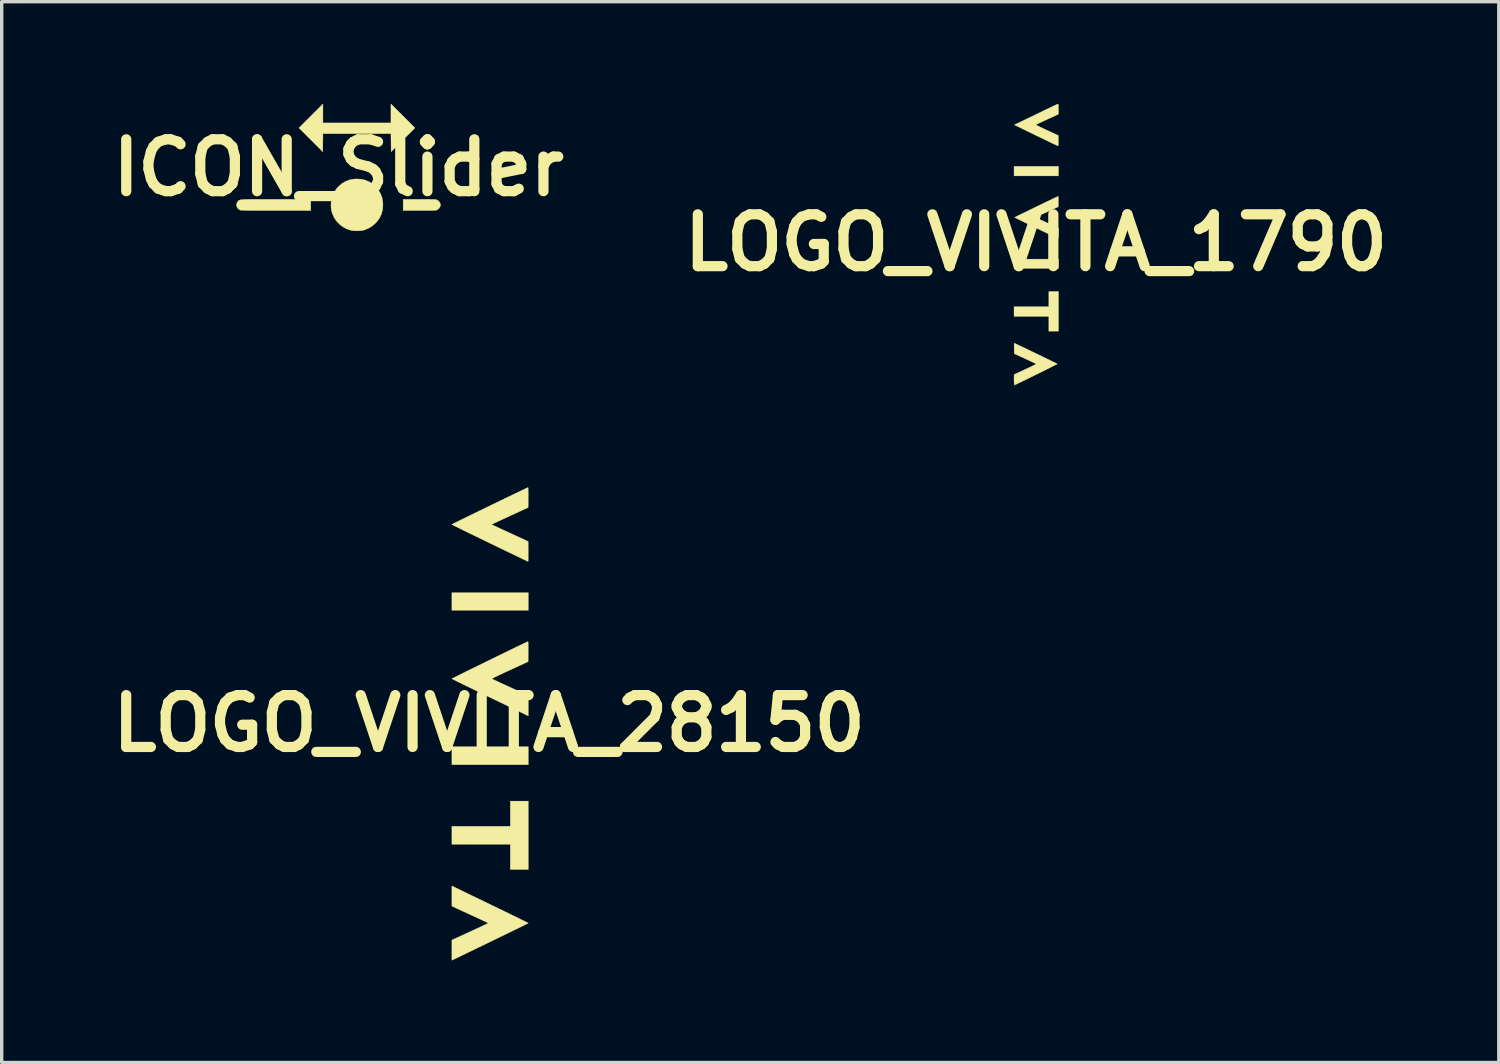
<source format=kicad_pcb>
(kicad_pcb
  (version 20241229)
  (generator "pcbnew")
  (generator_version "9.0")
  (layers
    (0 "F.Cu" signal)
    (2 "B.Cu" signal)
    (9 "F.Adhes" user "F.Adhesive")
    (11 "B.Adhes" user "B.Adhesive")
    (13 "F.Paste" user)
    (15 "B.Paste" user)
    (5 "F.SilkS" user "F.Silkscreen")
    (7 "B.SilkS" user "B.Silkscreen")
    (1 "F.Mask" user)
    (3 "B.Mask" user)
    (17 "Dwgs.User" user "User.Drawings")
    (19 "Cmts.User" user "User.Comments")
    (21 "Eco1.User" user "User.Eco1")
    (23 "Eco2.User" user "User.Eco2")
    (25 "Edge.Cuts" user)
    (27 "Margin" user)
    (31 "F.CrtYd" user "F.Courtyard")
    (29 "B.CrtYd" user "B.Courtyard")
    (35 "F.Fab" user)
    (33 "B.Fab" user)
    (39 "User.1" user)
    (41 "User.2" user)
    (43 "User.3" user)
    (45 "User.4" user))
  (footprint "LOGO_VIVITA_1790"
    (layer "F.Cu")
    (at 27.406 4.085)
    (property "Reference" "LOGO_VIVITA_1790" (at 0 0 0) (layer "F.SilkS") (effects (font (size 1.524 1.524) (thickness 0.3))))
    (attr through_hole)
    (fp_poly (pts (xy 0.659 -1.964) (xy -0.647 -1.964) (xy -0.647 -2.246) (xy 0.659 -2.246) (xy 0.659 -1.964)) (stroke (width 0.01) (type solid)) (fill yes) (layer "F.SilkS"))
    (fp_poly (pts (xy 0.659 0.753) (xy -0.647 0.753) (xy -0.647 0.482) (xy 0.659 0.482) (xy 0.659 0.753)) (stroke (width 0.01) (type solid)) (fill yes) (layer "F.SilkS"))
    (fp_poly (pts (xy 0.659 2.599) (xy 0.376 2.599) (xy 0.376 2.164) (xy -0.647 2.164) (xy -0.647 1.881) (xy 0.376 1.881) (xy 0.376 1.435) (xy 0.659 1.435) (xy 0.659 2.599)) (stroke (width 0.01) (type solid)) (fill yes) (layer "F.SilkS"))
    (fp_poly (pts (xy 0.652 -4.069) (xy 0.655 -4.039) (xy 0.657 -3.994) (xy 0.658 -3.939) (xy 0.659 -3.929) (xy 0.659 -3.778) (xy 0.332 -3.628) (xy 0.251 -3.59) (xy 0.176 -3.555) (xy 0.111 -3.525) (xy 0.058 -3.499) (xy 0.02 -3.481) (xy -0.001 -3.471) (xy -0.004 -3.469) (xy 0.004 -3.462) (xy 0.031 -3.447) (xy 0.075 -3.425) (xy 0.132 -3.396) (xy 0.201 -3.363) (xy 0.279 -3.326) (xy 0.32 -3.307) (xy 0.653 -3.153) (xy 0.656 -3) (xy 0.657 -2.934) (xy 0.656 -2.889) (xy 0.653 -2.862) (xy 0.649 -2.849) (xy 0.644 -2.847) (xy 0.631 -2.852) (xy 0.599 -2.867) (xy 0.549 -2.89) (xy 0.485 -2.92) (xy 0.407 -2.957) (xy 0.318 -3) (xy 0.22 -3.048) (xy 0.114 -3.099) (xy 0.053 -3.128) (xy -0.057 -3.182) (xy -0.163 -3.233) (xy -0.262 -3.281) (xy -0.351 -3.325) (xy -0.429 -3.363) (xy -0.493 -3.394) (xy -0.542 -3.418) (xy -0.573 -3.433) (xy -0.58 -3.436) (xy -0.638 -3.464) (xy -0.000085 -3.772) (xy 0.114 -3.827) (xy 0.222 -3.88) (xy 0.322 -3.927) (xy 0.412 -3.971) (xy 0.491 -4.008) (xy 0.555 -4.038) (xy 0.604 -4.061) (xy 0.636 -4.075) (xy 0.648 -4.08) (xy 0.648 -4.08) (xy 0.652 -4.069)) (stroke (width 0.01) (type solid)) (fill yes) (layer "F.SilkS"))
    (fp_poly (pts (xy -0.629 2.957) (xy -0.598 2.971) (xy -0.551 2.993) (xy -0.49 3.022) (xy -0.416 3.057) (xy -0.332 3.097) (xy -0.241 3.141) (xy -0.145 3.188) (xy -0.045 3.236) (xy 0.056 3.284) (xy 0.155 3.332) (xy 0.25 3.378) (xy 0.34 3.421) (xy 0.421 3.461) (xy 0.492 3.496) (xy 0.55 3.524) (xy 0.593 3.545) (xy 0.619 3.559) (xy 0.626 3.562) (xy 0.617 3.568) (xy 0.589 3.583) (xy 0.544 3.606) (xy 0.484 3.636) (xy 0.413 3.672) (xy 0.331 3.713) (xy 0.241 3.758) (xy 0.146 3.805) (xy 0.048 3.854) (xy -0.052 3.903) (xy -0.151 3.951) (xy -0.247 3.998) (xy -0.337 4.042) (xy -0.42 4.082) (xy -0.493 4.117) (xy -0.553 4.146) (xy -0.6 4.168) (xy -0.629 4.181) (xy -0.637 4.184) (xy -0.64 4.175) (xy -0.643 4.146) (xy -0.646 4.102) (xy -0.647 4.047) (xy -0.647 4.031) (xy -0.646 3.875) (xy -0.317 3.723) (xy -0.236 3.685) (xy -0.162 3.65) (xy -0.099 3.62) (xy -0.049 3.594) (xy -0.015 3.575) (xy 0.002 3.564) (xy 0.004 3.562) (xy -0.009 3.555) (xy -0.041 3.54) (xy -0.088 3.517) (xy -0.148 3.489) (xy -0.219 3.455) (xy -0.298 3.419) (xy -0.323 3.407) (xy -0.641 3.261) (xy -0.644 3.106) (xy -0.645 3.049) (xy -0.645 3.001) (xy -0.643 2.968) (xy -0.641 2.952) (xy -0.64 2.952) (xy -0.629 2.957)) (stroke (width 0.01) (type solid)) (fill yes) (layer "F.SilkS"))
    (fp_poly (pts (xy 0.653 -1.353) (xy 0.655 -1.323) (xy 0.656 -1.278) (xy 0.656 -1.222) (xy 0.656 -1.21) (xy 0.653 -1.057) (xy 0.32 -0.903) (xy 0.238 -0.865) (xy 0.165 -0.83) (xy 0.101 -0.799) (xy 0.051 -0.773) (xy 0.016 -0.754) (xy -0.002 -0.743) (xy -0.004 -0.74) (xy 0.009 -0.733) (xy 0.041 -0.718) (xy 0.088 -0.695) (xy 0.149 -0.667) (xy 0.22 -0.634) (xy 0.299 -0.597) (xy 0.332 -0.582) (xy 0.659 -0.432) (xy 0.659 -0.28) (xy 0.658 -0.214) (xy 0.656 -0.169) (xy 0.652 -0.142) (xy 0.647 -0.131) (xy 0.644 -0.13) (xy 0.631 -0.135) (xy 0.599 -0.15) (xy 0.549 -0.173) (xy 0.484 -0.203) (xy 0.405 -0.241) (xy 0.315 -0.284) (xy 0.215 -0.332) (xy 0.107 -0.384) (xy 0.001 -0.435) (xy -0.112 -0.49) (xy -0.219 -0.542) (xy -0.317 -0.59) (xy -0.406 -0.633) (xy -0.482 -0.671) (xy -0.544 -0.701) (xy -0.591 -0.724) (xy -0.62 -0.739) (xy -0.63 -0.744) (xy -0.621 -0.749) (xy -0.592 -0.764) (xy -0.547 -0.787) (xy -0.487 -0.816) (xy -0.415 -0.852) (xy -0.332 -0.892) (xy -0.242 -0.936) (xy -0.146 -0.983) (xy -0.047 -1.031) (xy 0.054 -1.08) (xy 0.154 -1.128) (xy 0.25 -1.175) (xy 0.341 -1.218) (xy 0.425 -1.258) (xy 0.498 -1.294) (xy 0.56 -1.323) (xy 0.607 -1.345) (xy 0.638 -1.359) (xy 0.65 -1.364) (xy 0.65 -1.364) (xy 0.653 -1.353)) (stroke (width 0.01) (type solid)) (fill yes) (layer "F.SilkS")))
  (footprint "LOGO_VIVITA_28150"
    (layer "F.Cu")
    (at 11.328 18.218)
    (property "Reference" "LOGO_VIVITA_28150" (at 0 0 0) (layer "F.SilkS") (effects (font (size 1.524 1.524) (thickness 0.3))))
    (attr through_hole)
    (fp_poly (pts (xy 1.152 -3.328) (xy -1.094 -3.328) (xy -1.094 -3.845) (xy 1.152 -3.845) (xy 1.152 -3.328)) (stroke (width 0.01) (type solid)) (fill yes) (layer "F.SilkS"))
    (fp_poly (pts (xy 1.152 1.211) (xy -1.094 1.211) (xy -1.094 0.682) (xy 1.152 0.682) (xy 1.152 1.211)) (stroke (width 0.01) (type solid)) (fill yes) (layer "F.SilkS"))
    (fp_poly (pts (xy 1.152 4.292) (xy 0.623 4.292) (xy 0.623 3.551) (xy -1.094 3.551) (xy -1.094 3.022) (xy 0.623 3.022) (xy 0.623 2.281) (xy 1.152 2.281) (xy 1.152 4.292)) (stroke (width 0.01) (type solid)) (fill yes) (layer "F.SilkS"))
    (fp_poly (pts (xy -0.82 4.908) (xy -0.765 4.935) (xy -0.691 4.97) (xy -0.601 5.014) (xy -0.496 5.065) (xy -0.379 5.121) (xy -0.253 5.182) (xy -0.12 5.247) (xy 0.018 5.313) (xy 0.158 5.381) (xy 0.299 5.449) (xy 0.303 5.451) (xy 0.435 5.515) (xy 0.561 5.576) (xy 0.679 5.634) (xy 0.787 5.686) (xy 0.885 5.734) (xy 0.969 5.776) (xy 1.04 5.811) (xy 1.095 5.838) (xy 1.132 5.857) (xy 1.151 5.867) (xy 1.152 5.868) (xy 1.142 5.874) (xy 1.111 5.89) (xy 1.06 5.916) (xy 0.99 5.95) (xy 0.902 5.994) (xy 0.795 6.046) (xy 0.672 6.106) (xy 0.532 6.174) (xy 0.377 6.249) (xy 0.206 6.332) (xy 0.021 6.422) (xy -0.177 6.518) (xy -0.389 6.62) (xy -0.613 6.728) (xy -0.849 6.842) (xy -0.867 6.851) (xy -1.094 6.96) (xy -1.094 6.366) (xy -0.559 6.12) (xy -0.454 6.072) (xy -0.356 6.026) (xy -0.267 5.985) (xy -0.189 5.948) (xy -0.123 5.917) (xy -0.073 5.893) (xy -0.039 5.876) (xy -0.025 5.868) (xy -0.024 5.868) (xy -0.034 5.862) (xy -0.064 5.847) (xy -0.111 5.825) (xy -0.174 5.795) (xy -0.249 5.76) (xy -0.336 5.719) (xy -0.433 5.674) (xy -0.536 5.627) (xy -0.559 5.616) (xy -1.094 5.37) (xy -1.094 4.775) (xy -0.82 4.908)) (stroke (width 0.01) (type solid)) (fill yes) (layer "F.SilkS"))
    (fp_poly (pts (xy 1.145 -2.399) (xy 1.148 -2.366) (xy 1.149 -2.314) (xy 1.15 -2.242) (xy 1.15 -2.152) (xy 1.15 -2.115) (xy 1.147 -1.818) (xy 0.609 -1.57) (xy 0.505 -1.522) (xy 0.407 -1.476) (xy 0.319 -1.435) (xy 0.241 -1.398) (xy 0.176 -1.366) (xy 0.127 -1.342) (xy 0.094 -1.325) (xy 0.08 -1.316) (xy 0.08 -1.315) (xy 0.092 -1.309) (xy 0.123 -1.294) (xy 0.172 -1.271) (xy 0.236 -1.241) (xy 0.312 -1.205) (xy 0.4 -1.165) (xy 0.497 -1.12) (xy 0.601 -1.072) (xy 0.62 -1.063) (xy 1.152 -0.818) (xy 1.152 -0.521) (xy 1.152 -0.44) (xy 1.152 -0.368) (xy 1.152 -0.307) (xy 1.151 -0.26) (xy 1.15 -0.232) (xy 1.149 -0.224) (xy 1.139 -0.229) (xy 1.108 -0.244) (xy 1.059 -0.267) (xy 0.993 -0.299) (xy 0.912 -0.339) (xy 0.816 -0.385) (xy 0.707 -0.438) (xy 0.587 -0.496) (xy 0.457 -0.559) (xy 0.318 -0.626) (xy 0.171 -0.697) (xy 0.029 -0.766) (xy -0.123 -0.839) (xy -0.269 -0.91) (xy -0.408 -0.978) (xy -0.538 -1.041) (xy -0.658 -1.099) (xy -0.766 -1.152) (xy -0.861 -1.199) (xy -0.943 -1.239) (xy -1.008 -1.271) (xy -1.056 -1.295) (xy -1.086 -1.31) (xy -1.096 -1.315) (xy -1.087 -1.321) (xy -1.058 -1.336) (xy -1.011 -1.36) (xy -0.948 -1.391) (xy -0.87 -1.43) (xy -0.78 -1.475) (xy -0.679 -1.525) (xy -0.568 -1.579) (xy -0.449 -1.638) (xy -0.324 -1.699) (xy -0.195 -1.762) (xy -0.063 -1.827) (xy 0.07 -1.892) (xy 0.202 -1.957) (xy 0.332 -2.02) (xy 0.459 -2.081) (xy 0.579 -2.14) (xy 0.693 -2.195) (xy 0.797 -2.246) (xy 0.891 -2.291) (xy 0.973 -2.33) (xy 1.04 -2.362) (xy 1.092 -2.387) (xy 1.127 -2.402) (xy 1.142 -2.409) (xy 1.145 -2.399)) (stroke (width 0.01) (type solid)) (fill yes) (layer "F.SilkS"))
    (fp_poly (pts (xy 1.146 -6.927) (xy 1.148 -6.895) (xy 1.149 -6.846) (xy 1.15 -6.783) (xy 1.15 -6.71) (xy 1.15 -6.644) (xy 1.147 -6.349) (xy 0.608 -6.101) (xy 0.504 -6.052) (xy 0.406 -6.007) (xy 0.317 -5.965) (xy 0.238 -5.929) (xy 0.173 -5.898) (xy 0.122 -5.874) (xy 0.089 -5.857) (xy 0.074 -5.85) (xy 0.074 -5.849) (xy 0.085 -5.844) (xy 0.115 -5.829) (xy 0.163 -5.807) (xy 0.225 -5.778) (xy 0.301 -5.743) (xy 0.389 -5.702) (xy 0.485 -5.658) (xy 0.589 -5.61) (xy 0.612 -5.599) (xy 1.147 -5.352) (xy 1.15 -5.057) (xy 1.15 -4.977) (xy 1.15 -4.905) (xy 1.149 -4.844) (xy 1.148 -4.798) (xy 1.146 -4.77) (xy 1.144 -4.763) (xy 1.132 -4.768) (xy 1.101 -4.782) (xy 1.051 -4.806) (xy 0.984 -4.837) (xy 0.902 -4.877) (xy 0.806 -4.923) (xy 0.696 -4.976) (xy 0.576 -5.034) (xy 0.445 -5.097) (xy 0.306 -5.164) (xy 0.159 -5.235) (xy 0.018 -5.303) (xy -0.134 -5.377) (xy -0.28 -5.448) (xy -0.418 -5.515) (xy -0.547 -5.578) (xy -0.666 -5.636) (xy -0.774 -5.689) (xy -0.868 -5.736) (xy -0.948 -5.775) (xy -1.013 -5.807) (xy -1.06 -5.831) (xy -1.088 -5.846) (xy -1.097 -5.851) (xy -1.087 -5.857) (xy -1.056 -5.873) (xy -1.008 -5.897) (xy -0.944 -5.928) (xy -0.866 -5.967) (xy -0.775 -6.012) (xy -0.672 -6.062) (xy -0.56 -6.116) (xy -0.441 -6.175) (xy -0.315 -6.236) (xy -0.186 -6.299) (xy -0.053 -6.363) (xy 0.08 -6.428) (xy 0.213 -6.492) (xy 0.343 -6.555) (xy 0.469 -6.616) (xy 0.59 -6.674) (xy 0.703 -6.729) (xy 0.807 -6.779) (xy 0.9 -6.823) (xy 0.98 -6.862) (xy 1.046 -6.893) (xy 1.097 -6.917) (xy 1.13 -6.932) (xy 1.143 -6.938) (xy 1.143 -6.938) (xy 1.146 -6.927)) (stroke (width 0.01) (type solid)) (fill yes) (layer "F.SilkS")))
  (footprint "ICON_Slider"
    (layer "F.Cu")
    (at 6.902 1.88)
    (property "Reference" "ICON_Slider" (at 0 0 0) (layer "F.SilkS") (effects (font (size 1.524 1.524) (thickness 0.3))))
    (attr through_hole)
    (fp_poly (pts (xy 1.893 -1.523) (xy 2.246 -1.17) (xy 1.896 -0.82) (xy 1.546 -0.47) (xy 1.543 -0.735) (xy 1.54 -1) (xy -0.458 -1) (xy -0.461 -0.735) (xy -0.464 -0.47) (xy -0.814 -0.82) (xy -1.164 -1.17) (xy -0.811 -1.523) (xy -0.459 -1.875) (xy -0.459 -1.317) (xy 1.54 -1.317) (xy 1.54 -1.875) (xy 1.893 -1.523)) (stroke (width 0.01) (type solid)) (fill yes) (layer "F.SilkS"))
    (fp_poly (pts (xy 2.381 0.929) (xy 2.5 0.929) (xy 2.598 0.929) (xy 2.677 0.93) (xy 2.74 0.931) (xy 2.788 0.932) (xy 2.825 0.934) (xy 2.851 0.936) (xy 2.871 0.94) (xy 2.886 0.944) (xy 2.898 0.949) (xy 2.909 0.956) (xy 2.951 0.989) (xy 2.982 1.034) (xy 2.998 1.081) (xy 2.999 1.094) (xy 2.988 1.14) (xy 2.961 1.186) (xy 2.922 1.223) (xy 2.909 1.232) (xy 2.897 1.238) (xy 2.885 1.243) (xy 2.871 1.248) (xy 2.851 1.251) (xy 2.824 1.254) (xy 2.787 1.255) (xy 2.738 1.257) (xy 2.675 1.257) (xy 2.596 1.258) (xy 2.497 1.258) (xy 2.381 1.258) (xy 1.899 1.258) (xy 1.899 0.929) (xy 2.381 0.929)) (stroke (width 0.01) (type solid)) (fill yes) (layer "F.SilkS"))
    (fp_poly (pts (xy -1.926 0.929) (xy -1.844 0.929) (xy -0.817 0.929) (xy -0.817 1.258) (xy -1.846 1.258) (xy -2.025 1.258) (xy -2.183 1.258) (xy -2.32 1.258) (xy -2.437 1.258) (xy -2.538 1.257) (xy -2.622 1.257) (xy -2.692 1.256) (xy -2.749 1.255) (xy -2.794 1.253) (xy -2.829 1.252) (xy -2.856 1.25) (xy -2.876 1.248) (xy -2.89 1.245) (xy -2.9 1.242) (xy -2.908 1.238) (xy -2.911 1.236) (xy -2.961 1.196) (xy -2.99 1.15) (xy -2.999 1.093) (xy -2.999 1.093) (xy -2.994 1.049) (xy -2.979 1.015) (xy -2.968 1) (xy -2.958 0.988) (xy -2.949 0.977) (xy -2.94 0.968) (xy -2.929 0.96) (xy -2.914 0.953) (xy -2.894 0.947) (xy -2.868 0.942) (xy -2.834 0.939) (xy -2.791 0.936) (xy -2.737 0.933) (xy -2.67 0.931) (xy -2.589 0.93) (xy -2.494 0.93) (xy -2.381 0.929) (xy -2.249 0.929) (xy -2.098 0.929) (xy -1.926 0.929)) (stroke (width 0.01) (type solid)) (fill yes) (layer "F.SilkS"))
    (fp_poly (pts (xy 0.675 0.339) (xy 0.798 0.369) (xy 0.912 0.42) (xy 1.017 0.493) (xy 1.082 0.552) (xy 1.169 0.653) (xy 1.234 0.761) (xy 1.278 0.877) (xy 1.301 1.004) (xy 1.305 1.094) (xy 1.295 1.228) (xy 1.265 1.351) (xy 1.214 1.464) (xy 1.142 1.569) (xy 1.082 1.636) (xy 0.982 1.72) (xy 0.868 1.787) (xy 0.746 1.834) (xy 0.724 1.84) (xy 0.664 1.85) (xy 0.591 1.856) (xy 0.511 1.856) (xy 0.435 1.852) (xy 0.371 1.844) (xy 0.353 1.839) (xy 0.234 1.797) (xy 0.123 1.736) (xy 0.023 1.658) (xy -0.063 1.567) (xy -0.129 1.465) (xy -0.139 1.446) (xy -0.179 1.356) (xy -0.205 1.273) (xy -0.219 1.19) (xy -0.223 1.096) (xy -0.223 1.094) (xy -0.213 0.958) (xy -0.18 0.832) (xy -0.127 0.715) (xy -0.052 0.608) (xy -0.001 0.553) (xy 0.101 0.465) (xy 0.209 0.4) (xy 0.325 0.357) (xy 0.451 0.334) (xy 0.541 0.33) (xy 0.675 0.339)) (stroke (width 0.01) (type solid)) (fill yes) (layer "F.SilkS")))
  (gr_rect
    (start -3 -3)
    (end 41.009 28.183)
    (stroke (width 0.1) (type default))
    (fill no)
    (layer "Edge.Cuts")))
</source>
